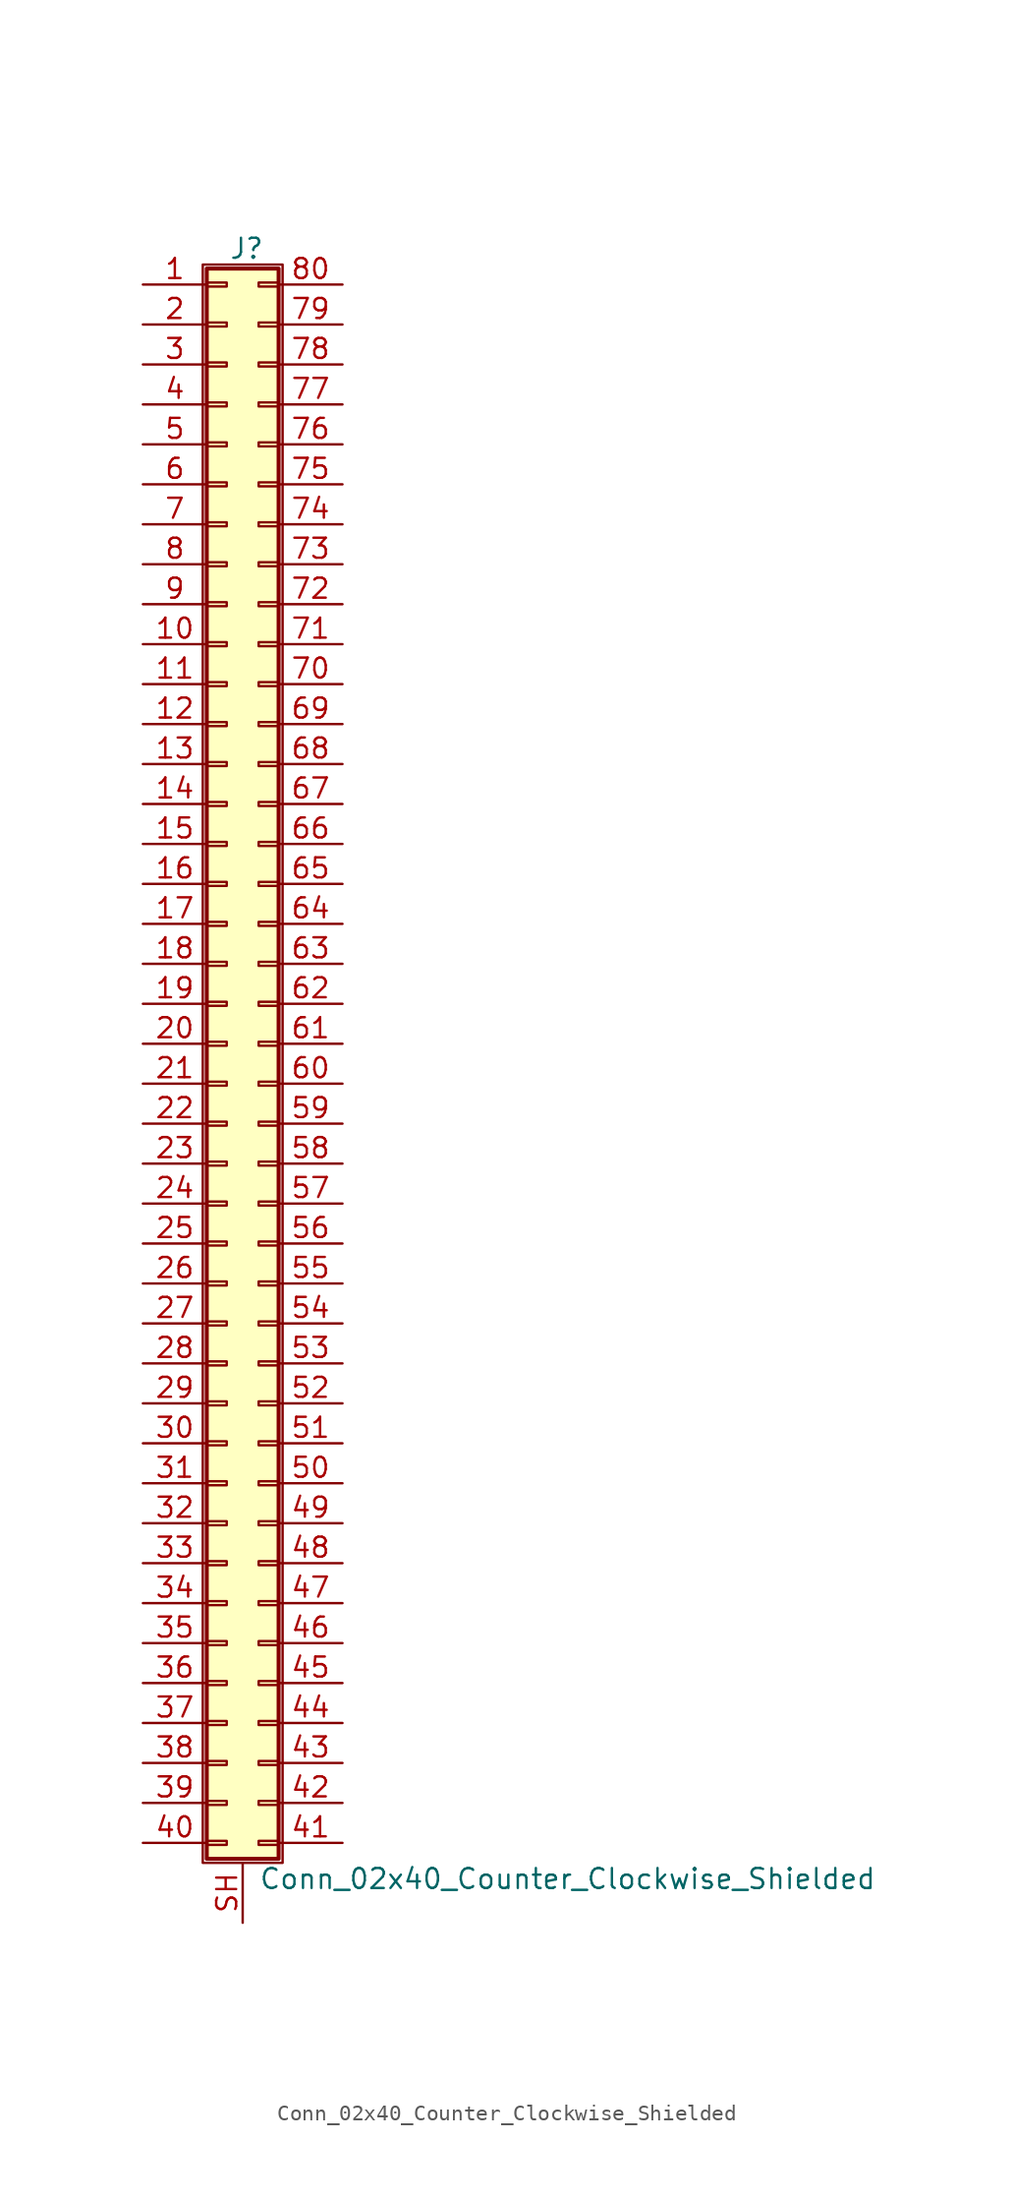
<source format=kicad_sym>
(kicad_symbol_lib
  (version 20211014)
  (generator kicad_symbol_editor)
  (symbol "Conn_02x40_Counter_Clockwise_Shielded"
    (pin_names
      (offset 1.016) hide)
    (property "Reference" "J"
      (at 1.524 50.546 0)
      (effects (font (size 1.27 1.27))))
    (property "Value" "Conn_02x40_Counter_Clockwise_Shielded"
      (at 2.286 -53.086 0)
      (effects (font (size 1.27 1.27)) (justify left)))
    (symbol "Conn_02x40_Counter_Clockwise_Shielded_1_1"
      (rectangle (start -1.27 49.53) (end 3.81 -52.07) (stroke (width 0.152) (type default) (color 0 0 0 0)) (fill (type none)))
      (rectangle (start -1.016 -50.673) (end 0.254 -50.927) (stroke (width 0.152) (type default) (color 0 0 0 0)) (fill (type none)))
      (rectangle (start -1.016 -48.133) (end 0.254 -48.387) (stroke (width 0.152) (type default) (color 0 0 0 0)) (fill (type none)))
      (rectangle (start -1.016 -45.593) (end 0.254 -45.847) (stroke (width 0.152) (type default) (color 0 0 0 0)) (fill (type none)))
      (rectangle (start -1.016 -43.053) (end 0.254 -43.307) (stroke (width 0.152) (type default) (color 0 0 0 0)) (fill (type none)))
      (rectangle (start -1.016 -40.513) (end 0.254 -40.767) (stroke (width 0.152) (type default) (color 0 0 0 0)) (fill (type none)))
      (rectangle (start -1.016 -37.973) (end 0.254 -38.227) (stroke (width 0.152) (type default) (color 0 0 0 0)) (fill (type none)))
      (rectangle (start -1.016 -35.433) (end 0.254 -35.687) (stroke (width 0.152) (type default) (color 0 0 0 0)) (fill (type none)))
      (rectangle (start -1.016 -32.893) (end 0.254 -33.147) (stroke (width 0.152) (type default) (color 0 0 0 0)) (fill (type none)))
      (rectangle (start -1.016 -30.353) (end 0.254 -30.607) (stroke (width 0.152) (type default) (color 0 0 0 0)) (fill (type none)))
      (rectangle (start -1.016 -27.813) (end 0.254 -28.067) (stroke (width 0.152) (type default) (color 0 0 0 0)) (fill (type none)))
      (rectangle (start -1.016 -25.273) (end 0.254 -25.527) (stroke (width 0.152) (type default) (color 0 0 0 0)) (fill (type none)))
      (rectangle (start -1.016 -22.733) (end 0.254 -22.987) (stroke (width 0.152) (type default) (color 0 0 0 0)) (fill (type none)))
      (rectangle (start -1.016 -20.193) (end 0.254 -20.447) (stroke (width 0.152) (type default) (color 0 0 0 0)) (fill (type none)))
      (rectangle (start -1.016 -17.653) (end 0.254 -17.907) (stroke (width 0.152) (type default) (color 0 0 0 0)) (fill (type none)))
      (rectangle (start -1.016 -15.113) (end 0.254 -15.367) (stroke (width 0.152) (type default) (color 0 0 0 0)) (fill (type none)))
      (rectangle (start -1.016 -12.573) (end 0.254 -12.827) (stroke (width 0.152) (type default) (color 0 0 0 0)) (fill (type none)))
      (rectangle (start -1.016 -10.033) (end 0.254 -10.287) (stroke (width 0.152) (type default) (color 0 0 0 0)) (fill (type none)))
      (rectangle (start -1.016 -7.493) (end 0.254 -7.747) (stroke (width 0.152) (type default) (color 0 0 0 0)) (fill (type none)))
      (rectangle (start -1.016 -4.953) (end 0.254 -5.207) (stroke (width 0.152) (type default) (color 0 0 0 0)) (fill (type none)))
      (rectangle (start -1.016 -2.413) (end 0.254 -2.667) (stroke (width 0.152) (type default) (color 0 0 0 0)) (fill (type none)))
      (rectangle (start -1.016 0.127) (end 0.254 -0.127) (stroke (width 0.152) (type default) (color 0 0 0 0)) (fill (type none)))
      (rectangle (start -1.016 2.667) (end 0.254 2.413) (stroke (width 0.152) (type default) (color 0 0 0 0)) (fill (type none)))
      (rectangle (start -1.016 5.207) (end 0.254 4.953) (stroke (width 0.152) (type default) (color 0 0 0 0)) (fill (type none)))
      (rectangle (start -1.016 7.747) (end 0.254 7.493) (stroke (width 0.152) (type default) (color 0 0 0 0)) (fill (type none)))
      (rectangle (start -1.016 10.287) (end 0.254 10.033) (stroke (width 0.152) (type default) (color 0 0 0 0)) (fill (type none)))
      (rectangle (start -1.016 12.827) (end 0.254 12.573) (stroke (width 0.152) (type default) (color 0 0 0 0)) (fill (type none)))
      (rectangle (start -1.016 15.367) (end 0.254 15.113) (stroke (width 0.152) (type default) (color 0 0 0 0)) (fill (type none)))
      (rectangle (start -1.016 17.907) (end 0.254 17.653) (stroke (width 0.152) (type default) (color 0 0 0 0)) (fill (type none)))
      (rectangle (start -1.016 20.447) (end 0.254 20.193) (stroke (width 0.152) (type default) (color 0 0 0 0)) (fill (type none)))
      (rectangle (start -1.016 22.987) (end 0.254 22.733) (stroke (width 0.152) (type default) (color 0 0 0 0)) (fill (type none)))
      (rectangle (start -1.016 25.527) (end 0.254 25.273) (stroke (width 0.152) (type default) (color 0 0 0 0)) (fill (type none)))
      (rectangle (start -1.016 28.067) (end 0.254 27.813) (stroke (width 0.152) (type default) (color 0 0 0 0)) (fill (type none)))
      (rectangle (start -1.016 30.607) (end 0.254 30.353) (stroke (width 0.152) (type default) (color 0 0 0 0)) (fill (type none)))
      (rectangle (start -1.016 33.147) (end 0.254 32.893) (stroke (width 0.152) (type default) (color 0 0 0 0)) (fill (type none)))
      (rectangle (start -1.016 35.687) (end 0.254 35.433) (stroke (width 0.152) (type default) (color 0 0 0 0)) (fill (type none)))
      (rectangle (start -1.016 38.227) (end 0.254 37.973) (stroke (width 0.152) (type default) (color 0 0 0 0)) (fill (type none)))
      (rectangle (start -1.016 40.767) (end 0.254 40.513) (stroke (width 0.152) (type default) (color 0 0 0 0)) (fill (type none)))
      (rectangle (start -1.016 43.307) (end 0.254 43.053) (stroke (width 0.152) (type default) (color 0 0 0 0)) (fill (type none)))
      (rectangle (start -1.016 45.847) (end 0.254 45.593) (stroke (width 0.152) (type default) (color 0 0 0 0)) (fill (type none)))
      (rectangle (start -1.016 48.387) (end 0.254 48.133) (stroke (width 0.152) (type default) (color 0 0 0 0)) (fill (type none)))
      (rectangle (start -1.016 49.276) (end 3.556 -51.816) (stroke (width 0.254) (type default) (color 0 0 0 0)) (fill (type background)))
      (rectangle (start 3.556 -50.673) (end 2.286 -50.927) (stroke (width 0.152) (type default) (color 0 0 0 0)) (fill (type none)))
      (rectangle (start 3.556 -48.133) (end 2.286 -48.387) (stroke (width 0.152) (type default) (color 0 0 0 0)) (fill (type none)))
      (rectangle (start 3.556 -45.593) (end 2.286 -45.847) (stroke (width 0.152) (type default) (color 0 0 0 0)) (fill (type none)))
      (rectangle (start 3.556 -43.053) (end 2.286 -43.307) (stroke (width 0.152) (type default) (color 0 0 0 0)) (fill (type none)))
      (rectangle (start 3.556 -40.513) (end 2.286 -40.767) (stroke (width 0.152) (type default) (color 0 0 0 0)) (fill (type none)))
      (rectangle (start 3.556 -37.973) (end 2.286 -38.227) (stroke (width 0.152) (type default) (color 0 0 0 0)) (fill (type none)))
      (rectangle (start 3.556 -35.433) (end 2.286 -35.687) (stroke (width 0.152) (type default) (color 0 0 0 0)) (fill (type none)))
      (rectangle (start 3.556 -32.893) (end 2.286 -33.147) (stroke (width 0.152) (type default) (color 0 0 0 0)) (fill (type none)))
      (rectangle (start 3.556 -30.353) (end 2.286 -30.607) (stroke (width 0.152) (type default) (color 0 0 0 0)) (fill (type none)))
      (rectangle (start 3.556 -27.813) (end 2.286 -28.067) (stroke (width 0.152) (type default) (color 0 0 0 0)) (fill (type none)))
      (rectangle (start 3.556 -25.273) (end 2.286 -25.527) (stroke (width 0.152) (type default) (color 0 0 0 0)) (fill (type none)))
      (rectangle (start 3.556 -22.733) (end 2.286 -22.987) (stroke (width 0.152) (type default) (color 0 0 0 0)) (fill (type none)))
      (rectangle (start 3.556 -20.193) (end 2.286 -20.447) (stroke (width 0.152) (type default) (color 0 0 0 0)) (fill (type none)))
      (rectangle (start 3.556 -17.653) (end 2.286 -17.907) (stroke (width 0.152) (type default) (color 0 0 0 0)) (fill (type none)))
      (rectangle (start 3.556 -15.113) (end 2.286 -15.367) (stroke (width 0.152) (type default) (color 0 0 0 0)) (fill (type none)))
      (rectangle (start 3.556 -12.573) (end 2.286 -12.827) (stroke (width 0.152) (type default) (color 0 0 0 0)) (fill (type none)))
      (rectangle (start 3.556 -10.033) (end 2.286 -10.287) (stroke (width 0.152) (type default) (color 0 0 0 0)) (fill (type none)))
      (rectangle (start 3.556 -7.493) (end 2.286 -7.747) (stroke (width 0.152) (type default) (color 0 0 0 0)) (fill (type none)))
      (rectangle (start 3.556 -4.953) (end 2.286 -5.207) (stroke (width 0.152) (type default) (color 0 0 0 0)) (fill (type none)))
      (rectangle (start 3.556 -2.413) (end 2.286 -2.667) (stroke (width 0.152) (type default) (color 0 0 0 0)) (fill (type none)))
      (rectangle (start 3.556 0.127) (end 2.286 -0.127) (stroke (width 0.152) (type default) (color 0 0 0 0)) (fill (type none)))
      (rectangle (start 3.556 2.667) (end 2.286 2.413) (stroke (width 0.152) (type default) (color 0 0 0 0)) (fill (type none)))
      (rectangle (start 3.556 5.207) (end 2.286 4.953) (stroke (width 0.152) (type default) (color 0 0 0 0)) (fill (type none)))
      (rectangle (start 3.556 7.747) (end 2.286 7.493) (stroke (width 0.152) (type default) (color 0 0 0 0)) (fill (type none)))
      (rectangle (start 3.556 10.287) (end 2.286 10.033) (stroke (width 0.152) (type default) (color 0 0 0 0)) (fill (type none)))
      (rectangle (start 3.556 12.827) (end 2.286 12.573) (stroke (width 0.152) (type default) (color 0 0 0 0)) (fill (type none)))
      (rectangle (start 3.556 15.367) (end 2.286 15.113) (stroke (width 0.152) (type default) (color 0 0 0 0)) (fill (type none)))
      (rectangle (start 3.556 17.907) (end 2.286 17.653) (stroke (width 0.152) (type default) (color 0 0 0 0)) (fill (type none)))
      (rectangle (start 3.556 20.447) (end 2.286 20.193) (stroke (width 0.152) (type default) (color 0 0 0 0)) (fill (type none)))
      (rectangle (start 3.556 22.987) (end 2.286 22.733) (stroke (width 0.152) (type default) (color 0 0 0 0)) (fill (type none)))
      (rectangle (start 3.556 25.527) (end 2.286 25.273) (stroke (width 0.152) (type default) (color 0 0 0 0)) (fill (type none)))
      (rectangle (start 3.556 28.067) (end 2.286 27.813) (stroke (width 0.152) (type default) (color 0 0 0 0)) (fill (type none)))
      (rectangle (start 3.556 30.607) (end 2.286 30.353) (stroke (width 0.152) (type default) (color 0 0 0 0)) (fill (type none)))
      (rectangle (start 3.556 33.147) (end 2.286 32.893) (stroke (width 0.152) (type default) (color 0 0 0 0)) (fill (type none)))
      (rectangle (start 3.556 35.687) (end 2.286 35.433) (stroke (width 0.152) (type default) (color 0 0 0 0)) (fill (type none)))
      (rectangle (start 3.556 38.227) (end 2.286 37.973) (stroke (width 0.152) (type default) (color 0 0 0 0)) (fill (type none)))
      (rectangle (start 3.556 40.767) (end 2.286 40.513) (stroke (width 0.152) (type default) (color 0 0 0 0)) (fill (type none)))
      (rectangle (start 3.556 43.307) (end 2.286 43.053) (stroke (width 0.152) (type default) (color 0 0 0 0)) (fill (type none)))
      (rectangle (start 3.556 45.847) (end 2.286 45.593) (stroke (width 0.152) (type default) (color 0 0 0 0)) (fill (type none)))
      (rectangle (start 3.556 48.387) (end 2.286 48.133) (stroke (width 0.152) (type default) (color 0 0 0 0)) (fill (type none)))
      (pin passive line (at -5.08 48.26 0) (length 4.064) (name "Pin_1" (effects (font (size 1.27 1.27)))) (number "1" (effects (font (size 1.27 1.27)))))
      (pin passive line (at -5.08 25.4 0) (length 4.064) (name "Pin_10" (effects (font (size 1.27 1.27)))) (number "10" (effects (font (size 1.27 1.27)))))
      (pin passive line (at -5.08 22.86 0) (length 4.064) (name "Pin_11" (effects (font (size 1.27 1.27)))) (number "11" (effects (font (size 1.27 1.27)))))
      (pin passive line (at -5.08 20.32 0) (length 4.064) (name "Pin_12" (effects (font (size 1.27 1.27)))) (number "12" (effects (font (size 1.27 1.27)))))
      (pin passive line (at -5.08 17.78 0) (length 4.064) (name "Pin_13" (effects (font (size 1.27 1.27)))) (number "13" (effects (font (size 1.27 1.27)))))
      (pin passive line (at -5.08 15.24 0) (length 4.064) (name "Pin_14" (effects (font (size 1.27 1.27)))) (number "14" (effects (font (size 1.27 1.27)))))
      (pin passive line (at -5.08 12.7 0) (length 4.064) (name "Pin_15" (effects (font (size 1.27 1.27)))) (number "15" (effects (font (size 1.27 1.27)))))
      (pin passive line (at -5.08 10.16 0) (length 4.064) (name "Pin_16" (effects (font (size 1.27 1.27)))) (number "16" (effects (font (size 1.27 1.27)))))
      (pin passive line (at -5.08 7.62 0) (length 4.064) (name "Pin_17" (effects (font (size 1.27 1.27)))) (number "17" (effects (font (size 1.27 1.27)))))
      (pin passive line (at -5.08 5.08 0) (length 4.064) (name "Pin_18" (effects (font (size 1.27 1.27)))) (number "18" (effects (font (size 1.27 1.27)))))
      (pin passive line (at -5.08 2.54 0) (length 4.064) (name "Pin_19" (effects (font (size 1.27 1.27)))) (number "19" (effects (font (size 1.27 1.27)))))
      (pin passive line (at -5.08 45.72 0) (length 4.064) (name "Pin_2" (effects (font (size 1.27 1.27)))) (number "2" (effects (font (size 1.27 1.27)))))
      (pin passive line (at -5.08 0 0) (length 4.064) (name "Pin_20" (effects (font (size 1.27 1.27)))) (number "20" (effects (font (size 1.27 1.27)))))
      (pin passive line (at -5.08 -2.54 0) (length 4.064) (name "Pin_21" (effects (font (size 1.27 1.27)))) (number "21" (effects (font (size 1.27 1.27)))))
      (pin passive line (at -5.08 -5.08 0) (length 4.064) (name "Pin_22" (effects (font (size 1.27 1.27)))) (number "22" (effects (font (size 1.27 1.27)))))
      (pin passive line (at -5.08 -7.62 0) (length 4.064) (name "Pin_23" (effects (font (size 1.27 1.27)))) (number "23" (effects (font (size 1.27 1.27)))))
      (pin passive line (at -5.08 -10.16 0) (length 4.064) (name "Pin_24" (effects (font (size 1.27 1.27)))) (number "24" (effects (font (size 1.27 1.27)))))
      (pin passive line (at -5.08 -12.7 0) (length 4.064) (name "Pin_25" (effects (font (size 1.27 1.27)))) (number "25" (effects (font (size 1.27 1.27)))))
      (pin passive line (at -5.08 -15.24 0) (length 4.064) (name "Pin_26" (effects (font (size 1.27 1.27)))) (number "26" (effects (font (size 1.27 1.27)))))
      (pin passive line (at -5.08 -17.78 0) (length 4.064) (name "Pin_27" (effects (font (size 1.27 1.27)))) (number "27" (effects (font (size 1.27 1.27)))))
      (pin passive line (at -5.08 -20.32 0) (length 4.064) (name "Pin_28" (effects (font (size 1.27 1.27)))) (number "28" (effects (font (size 1.27 1.27)))))
      (pin passive line (at -5.08 -22.86 0) (length 4.064) (name "Pin_29" (effects (font (size 1.27 1.27)))) (number "29" (effects (font (size 1.27 1.27)))))
      (pin passive line (at -5.08 43.18 0) (length 4.064) (name "Pin_3" (effects (font (size 1.27 1.27)))) (number "3" (effects (font (size 1.27 1.27)))))
      (pin passive line (at -5.08 -25.4 0) (length 4.064) (name "Pin_30" (effects (font (size 1.27 1.27)))) (number "30" (effects (font (size 1.27 1.27)))))
      (pin passive line (at -5.08 -27.94 0) (length 4.064) (name "Pin_31" (effects (font (size 1.27 1.27)))) (number "31" (effects (font (size 1.27 1.27)))))
      (pin passive line (at -5.08 -30.48 0) (length 4.064) (name "Pin_32" (effects (font (size 1.27 1.27)))) (number "32" (effects (font (size 1.27 1.27)))))
      (pin passive line (at -5.08 -33.02 0) (length 4.064) (name "Pin_33" (effects (font (size 1.27 1.27)))) (number "33" (effects (font (size 1.27 1.27)))))
      (pin passive line (at -5.08 -35.56 0) (length 4.064) (name "Pin_34" (effects (font (size 1.27 1.27)))) (number "34" (effects (font (size 1.27 1.27)))))
      (pin passive line (at -5.08 -38.1 0) (length 4.064) (name "Pin_35" (effects (font (size 1.27 1.27)))) (number "35" (effects (font (size 1.27 1.27)))))
      (pin passive line (at -5.08 -40.64 0) (length 4.064) (name "Pin_36" (effects (font (size 1.27 1.27)))) (number "36" (effects (font (size 1.27 1.27)))))
      (pin passive line (at -5.08 -43.18 0) (length 4.064) (name "Pin_37" (effects (font (size 1.27 1.27)))) (number "37" (effects (font (size 1.27 1.27)))))
      (pin passive line (at -5.08 -45.72 0) (length 4.064) (name "Pin_38" (effects (font (size 1.27 1.27)))) (number "38" (effects (font (size 1.27 1.27)))))
      (pin passive line (at -5.08 -48.26 0) (length 4.064) (name "Pin_39" (effects (font (size 1.27 1.27)))) (number "39" (effects (font (size 1.27 1.27)))))
      (pin passive line (at -5.08 40.64 0) (length 4.064) (name "Pin_4" (effects (font (size 1.27 1.27)))) (number "4" (effects (font (size 1.27 1.27)))))
      (pin passive line (at -5.08 -50.8 0) (length 4.064) (name "Pin_40" (effects (font (size 1.27 1.27)))) (number "40" (effects (font (size 1.27 1.27)))))
      (pin passive line (at 7.62 -50.8 180) (length 4.064) (name "Pin_41" (effects (font (size 1.27 1.27)))) (number "41" (effects (font (size 1.27 1.27)))))
      (pin passive line (at 7.62 -48.26 180) (length 4.064) (name "Pin_42" (effects (font (size 1.27 1.27)))) (number "42" (effects (font (size 1.27 1.27)))))
      (pin passive line (at 7.62 -45.72 180) (length 4.064) (name "Pin_43" (effects (font (size 1.27 1.27)))) (number "43" (effects (font (size 1.27 1.27)))))
      (pin passive line (at 7.62 -43.18 180) (length 4.064) (name "Pin_44" (effects (font (size 1.27 1.27)))) (number "44" (effects (font (size 1.27 1.27)))))
      (pin passive line (at 7.62 -40.64 180) (length 4.064) (name "Pin_45" (effects (font (size 1.27 1.27)))) (number "45" (effects (font (size 1.27 1.27)))))
      (pin passive line (at 7.62 -38.1 180) (length 4.064) (name "Pin_46" (effects (font (size 1.27 1.27)))) (number "46" (effects (font (size 1.27 1.27)))))
      (pin passive line (at 7.62 -35.56 180) (length 4.064) (name "Pin_47" (effects (font (size 1.27 1.27)))) (number "47" (effects (font (size 1.27 1.27)))))
      (pin passive line (at 7.62 -33.02 180) (length 4.064) (name "Pin_48" (effects (font (size 1.27 1.27)))) (number "48" (effects (font (size 1.27 1.27)))))
      (pin passive line (at 7.62 -30.48 180) (length 4.064) (name "Pin_49" (effects (font (size 1.27 1.27)))) (number "49" (effects (font (size 1.27 1.27)))))
      (pin passive line (at -5.08 38.1 0) (length 4.064) (name "Pin_5" (effects (font (size 1.27 1.27)))) (number "5" (effects (font (size 1.27 1.27)))))
      (pin passive line (at 7.62 -27.94 180) (length 4.064) (name "Pin_50" (effects (font (size 1.27 1.27)))) (number "50" (effects (font (size 1.27 1.27)))))
      (pin passive line (at 7.62 -25.4 180) (length 4.064) (name "Pin_51" (effects (font (size 1.27 1.27)))) (number "51" (effects (font (size 1.27 1.27)))))
      (pin passive line (at 7.62 -22.86 180) (length 4.064) (name "Pin_52" (effects (font (size 1.27 1.27)))) (number "52" (effects (font (size 1.27 1.27)))))
      (pin passive line (at 7.62 -20.32 180) (length 4.064) (name "Pin_53" (effects (font (size 1.27 1.27)))) (number "53" (effects (font (size 1.27 1.27)))))
      (pin passive line (at 7.62 -17.78 180) (length 4.064) (name "Pin_54" (effects (font (size 1.27 1.27)))) (number "54" (effects (font (size 1.27 1.27)))))
      (pin passive line (at 7.62 -15.24 180) (length 4.064) (name "Pin_55" (effects (font (size 1.27 1.27)))) (number "55" (effects (font (size 1.27 1.27)))))
      (pin passive line (at 7.62 -12.7 180) (length 4.064) (name "Pin_56" (effects (font (size 1.27 1.27)))) (number "56" (effects (font (size 1.27 1.27)))))
      (pin passive line (at 7.62 -10.16 180) (length 4.064) (name "Pin_57" (effects (font (size 1.27 1.27)))) (number "57" (effects (font (size 1.27 1.27)))))
      (pin passive line (at 7.62 -7.62 180) (length 4.064) (name "Pin_58" (effects (font (size 1.27 1.27)))) (number "58" (effects (font (size 1.27 1.27)))))
      (pin passive line (at 7.62 -5.08 180) (length 4.064) (name "Pin_59" (effects (font (size 1.27 1.27)))) (number "59" (effects (font (size 1.27 1.27)))))
      (pin passive line (at -5.08 35.56 0) (length 4.064) (name "Pin_6" (effects (font (size 1.27 1.27)))) (number "6" (effects (font (size 1.27 1.27)))))
      (pin passive line (at 7.62 -2.54 180) (length 4.064) (name "Pin_60" (effects (font (size 1.27 1.27)))) (number "60" (effects (font (size 1.27 1.27)))))
      (pin passive line (at 7.62 0 180) (length 4.064) (name "Pin_61" (effects (font (size 1.27 1.27)))) (number "61" (effects (font (size 1.27 1.27)))))
      (pin passive line (at 7.62 2.54 180) (length 4.064) (name "Pin_62" (effects (font (size 1.27 1.27)))) (number "62" (effects (font (size 1.27 1.27)))))
      (pin passive line (at 7.62 5.08 180) (length 4.064) (name "Pin_63" (effects (font (size 1.27 1.27)))) (number "63" (effects (font (size 1.27 1.27)))))
      (pin passive line (at 7.62 7.62 180) (length 4.064) (name "Pin_64" (effects (font (size 1.27 1.27)))) (number "64" (effects (font (size 1.27 1.27)))))
      (pin passive line (at 7.62 10.16 180) (length 4.064) (name "Pin_65" (effects (font (size 1.27 1.27)))) (number "65" (effects (font (size 1.27 1.27)))))
      (pin passive line (at 7.62 12.7 180) (length 4.064) (name "Pin_66" (effects (font (size 1.27 1.27)))) (number "66" (effects (font (size 1.27 1.27)))))
      (pin passive line (at 7.62 15.24 180) (length 4.064) (name "Pin_67" (effects (font (size 1.27 1.27)))) (number "67" (effects (font (size 1.27 1.27)))))
      (pin passive line (at 7.62 17.78 180) (length 4.064) (name "Pin_68" (effects (font (size 1.27 1.27)))) (number "68" (effects (font (size 1.27 1.27)))))
      (pin passive line (at 7.62 20.32 180) (length 4.064) (name "Pin_69" (effects (font (size 1.27 1.27)))) (number "69" (effects (font (size 1.27 1.27)))))
      (pin passive line (at -5.08 33.02 0) (length 4.064) (name "Pin_7" (effects (font (size 1.27 1.27)))) (number "7" (effects (font (size 1.27 1.27)))))
      (pin passive line (at 7.62 22.86 180) (length 4.064) (name "Pin_70" (effects (font (size 1.27 1.27)))) (number "70" (effects (font (size 1.27 1.27)))))
      (pin passive line (at 7.62 25.4 180) (length 4.064) (name "Pin_71" (effects (font (size 1.27 1.27)))) (number "71" (effects (font (size 1.27 1.27)))))
      (pin passive line (at 7.62 27.94 180) (length 4.064) (name "Pin_72" (effects (font (size 1.27 1.27)))) (number "72" (effects (font (size 1.27 1.27)))))
      (pin passive line (at 7.62 30.48 180) (length 4.064) (name "Pin_73" (effects (font (size 1.27 1.27)))) (number "73" (effects (font (size 1.27 1.27)))))
      (pin passive line (at 7.62 33.02 180) (length 4.064) (name "Pin_74" (effects (font (size 1.27 1.27)))) (number "74" (effects (font (size 1.27 1.27)))))
      (pin passive line (at 7.62 35.56 180) (length 4.064) (name "Pin_75" (effects (font (size 1.27 1.27)))) (number "75" (effects (font (size 1.27 1.27)))))
      (pin passive line (at 7.62 38.1 180) (length 4.064) (name "Pin_76" (effects (font (size 1.27 1.27)))) (number "76" (effects (font (size 1.27 1.27)))))
      (pin passive line (at 7.62 40.64 180) (length 4.064) (name "Pin_77" (effects (font (size 1.27 1.27)))) (number "77" (effects (font (size 1.27 1.27)))))
      (pin passive line (at 7.62 43.18 180) (length 4.064) (name "Pin_78" (effects (font (size 1.27 1.27)))) (number "78" (effects (font (size 1.27 1.27)))))
      (pin passive line (at 7.62 45.72 180) (length 4.064) (name "Pin_79" (effects (font (size 1.27 1.27)))) (number "79" (effects (font (size 1.27 1.27)))))
      (pin passive line (at -5.08 30.48 0) (length 4.064) (name "Pin_8" (effects (font (size 1.27 1.27)))) (number "8" (effects (font (size 1.27 1.27)))))
      (pin passive line (at 7.62 48.26 180) (length 4.064) (name "Pin_80" (effects (font (size 1.27 1.27)))) (number "80" (effects (font (size 1.27 1.27)))))
      (pin passive line (at -5.08 27.94 0) (length 4.064) (name "Pin_9" (effects (font (size 1.27 1.27)))) (number "9" (effects (font (size 1.27 1.27)))))
      (pin passive line (at 1.27 -55.88 90) (length 3.81) (name "Shield" (effects (font (size 1.27 1.27)))) (number "SH" (effects (font (size 1.27 1.27))))))))
</source>
